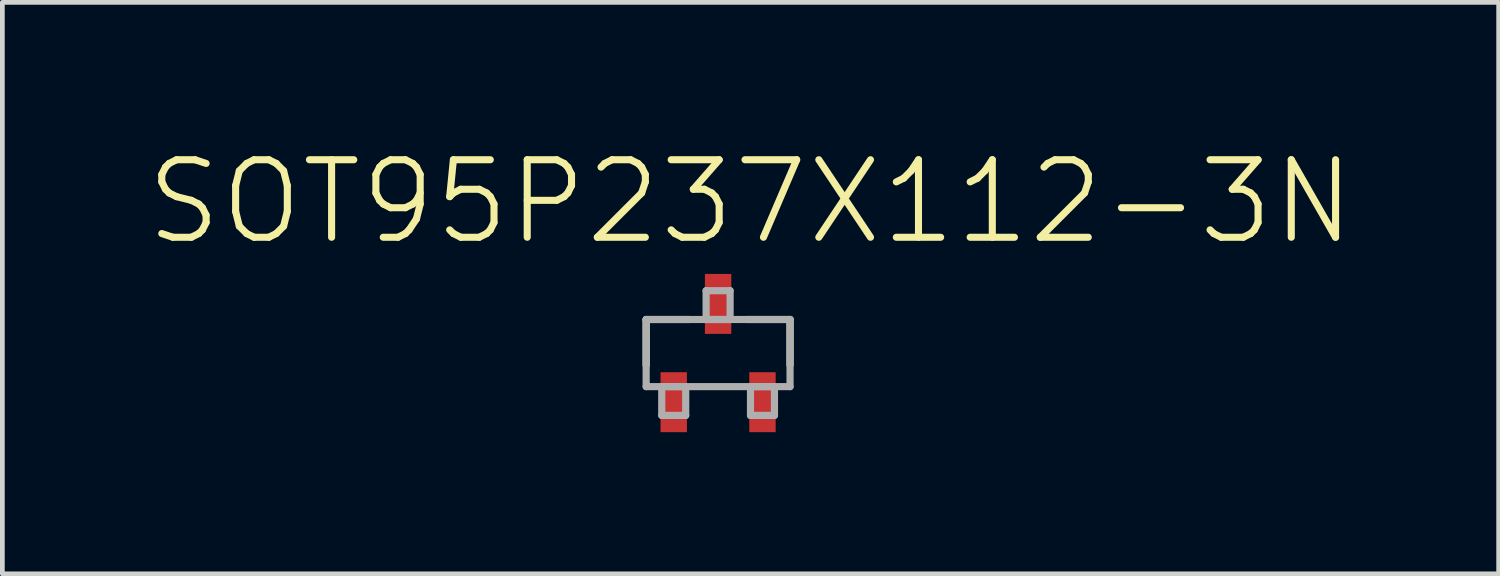
<source format=kicad_pcb>
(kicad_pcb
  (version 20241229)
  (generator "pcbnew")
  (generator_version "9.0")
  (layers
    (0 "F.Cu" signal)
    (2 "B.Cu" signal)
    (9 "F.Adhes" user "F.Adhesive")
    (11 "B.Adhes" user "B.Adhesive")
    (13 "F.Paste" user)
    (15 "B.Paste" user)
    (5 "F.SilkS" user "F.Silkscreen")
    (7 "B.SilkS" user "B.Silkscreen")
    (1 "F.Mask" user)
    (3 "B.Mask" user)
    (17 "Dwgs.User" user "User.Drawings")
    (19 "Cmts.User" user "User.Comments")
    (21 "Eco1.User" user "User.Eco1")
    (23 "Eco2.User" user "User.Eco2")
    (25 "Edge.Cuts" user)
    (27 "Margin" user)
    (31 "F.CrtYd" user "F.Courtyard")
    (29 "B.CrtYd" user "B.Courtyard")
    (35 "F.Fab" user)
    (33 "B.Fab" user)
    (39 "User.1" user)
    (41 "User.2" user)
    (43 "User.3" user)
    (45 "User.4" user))
  (footprint "SOT95P237X112-3N"
    (layer "F.Cu")
    (at 12.162 4.429)
    (property "Reference" "SOT95P237X112-3N" (at 0.687 -3.205 0) (layer "F.SilkS") (effects (font (size 1.642 1.642) (thickness 0.15))))
    (attr through_hole)
    (fp_line (start -1.524 -0.711) (end -1.524 0.254) (stroke (width 0.152) (type solid)) (layer "F.SilkS"))
    (fp_line (start -0.61 -0.711) (end -1.524 -0.711) (stroke (width 0.152) (type solid)) (layer "F.SilkS"))
    (fp_line (start 1.524 -0.711) (end 0.61 -0.711) (stroke (width 0.152) (type solid)) (layer "F.SilkS"))
    (fp_line (start 1.524 0.254) (end 1.524 -0.711) (stroke (width 0.152) (type solid)) (layer "F.SilkS"))
    (fp_line (start -1.524 -0.711) (end -1.524 0.711) (stroke (width 0.152) (type solid)) (layer "F.Fab"))
    (fp_line (start -1.524 0.711) (end 1.524 0.711) (stroke (width 0.152) (type solid)) (layer "F.Fab"))
    (fp_line (start -1.194 0.711) (end -1.194 1.321) (stroke (width 0.152) (type solid)) (layer "F.Fab"))
    (fp_line (start -1.194 1.321) (end -0.686 1.321) (stroke (width 0.152) (type solid)) (layer "F.Fab"))
    (fp_line (start -0.686 0.711) (end -1.194 0.711) (stroke (width 0.152) (type solid)) (layer "F.Fab"))
    (fp_line (start -0.686 1.321) (end -0.686 0.711) (stroke (width 0.152) (type solid)) (layer "F.Fab"))
    (fp_line (start -0.254 -1.321) (end -0.254 -0.711) (stroke (width 0.152) (type solid)) (layer "F.Fab"))
    (fp_line (start -0.254 -0.711) (end 0.254 -0.711) (stroke (width 0.152) (type solid)) (layer "F.Fab"))
    (fp_line (start 0.254 -1.321) (end -0.254 -1.321) (stroke (width 0.152) (type solid)) (layer "F.Fab"))
    (fp_line (start 0.254 -0.711) (end 0.254 -1.321) (stroke (width 0.152) (type solid)) (layer "F.Fab"))
    (fp_line (start 0.686 0.711) (end 0.686 1.321) (stroke (width 0.152) (type solid)) (layer "F.Fab"))
    (fp_line (start 0.686 1.321) (end 1.194 1.321) (stroke (width 0.152) (type solid)) (layer "F.Fab"))
    (fp_line (start 1.194 0.711) (end 0.686 0.711) (stroke (width 0.152) (type solid)) (layer "F.Fab"))
    (fp_line (start 1.194 1.321) (end 1.194 0.711) (stroke (width 0.152) (type solid)) (layer "F.Fab"))
    (fp_line (start 1.524 -0.711) (end -1.524 -0.711) (stroke (width 0.152) (type solid)) (layer "F.Fab"))
    (fp_line (start 1.524 0.711) (end 1.524 -0.711) (stroke (width 0.152) (type solid)) (layer "F.Fab"))
    (pad "1" smd rect (at -0.94 1.041) (size 0.559 1.27) (layers "F.Cu" "F.Mask" "F.Paste"))
    (pad "2" smd rect (at 0.94 1.041) (size 0.559 1.27) (layers "F.Cu" "F.Mask" "F.Paste"))
    (pad "3" smd rect (at 0 -1.041) (size 0.559 1.27) (layers "F.Cu" "F.Mask" "F.Paste")))
  (gr_rect
    (start -3 -3)
    (end 28.697 9.106)
    (stroke (width 0.1) (type default))
    (fill no)
    (layer "Edge.Cuts")))
</source>
